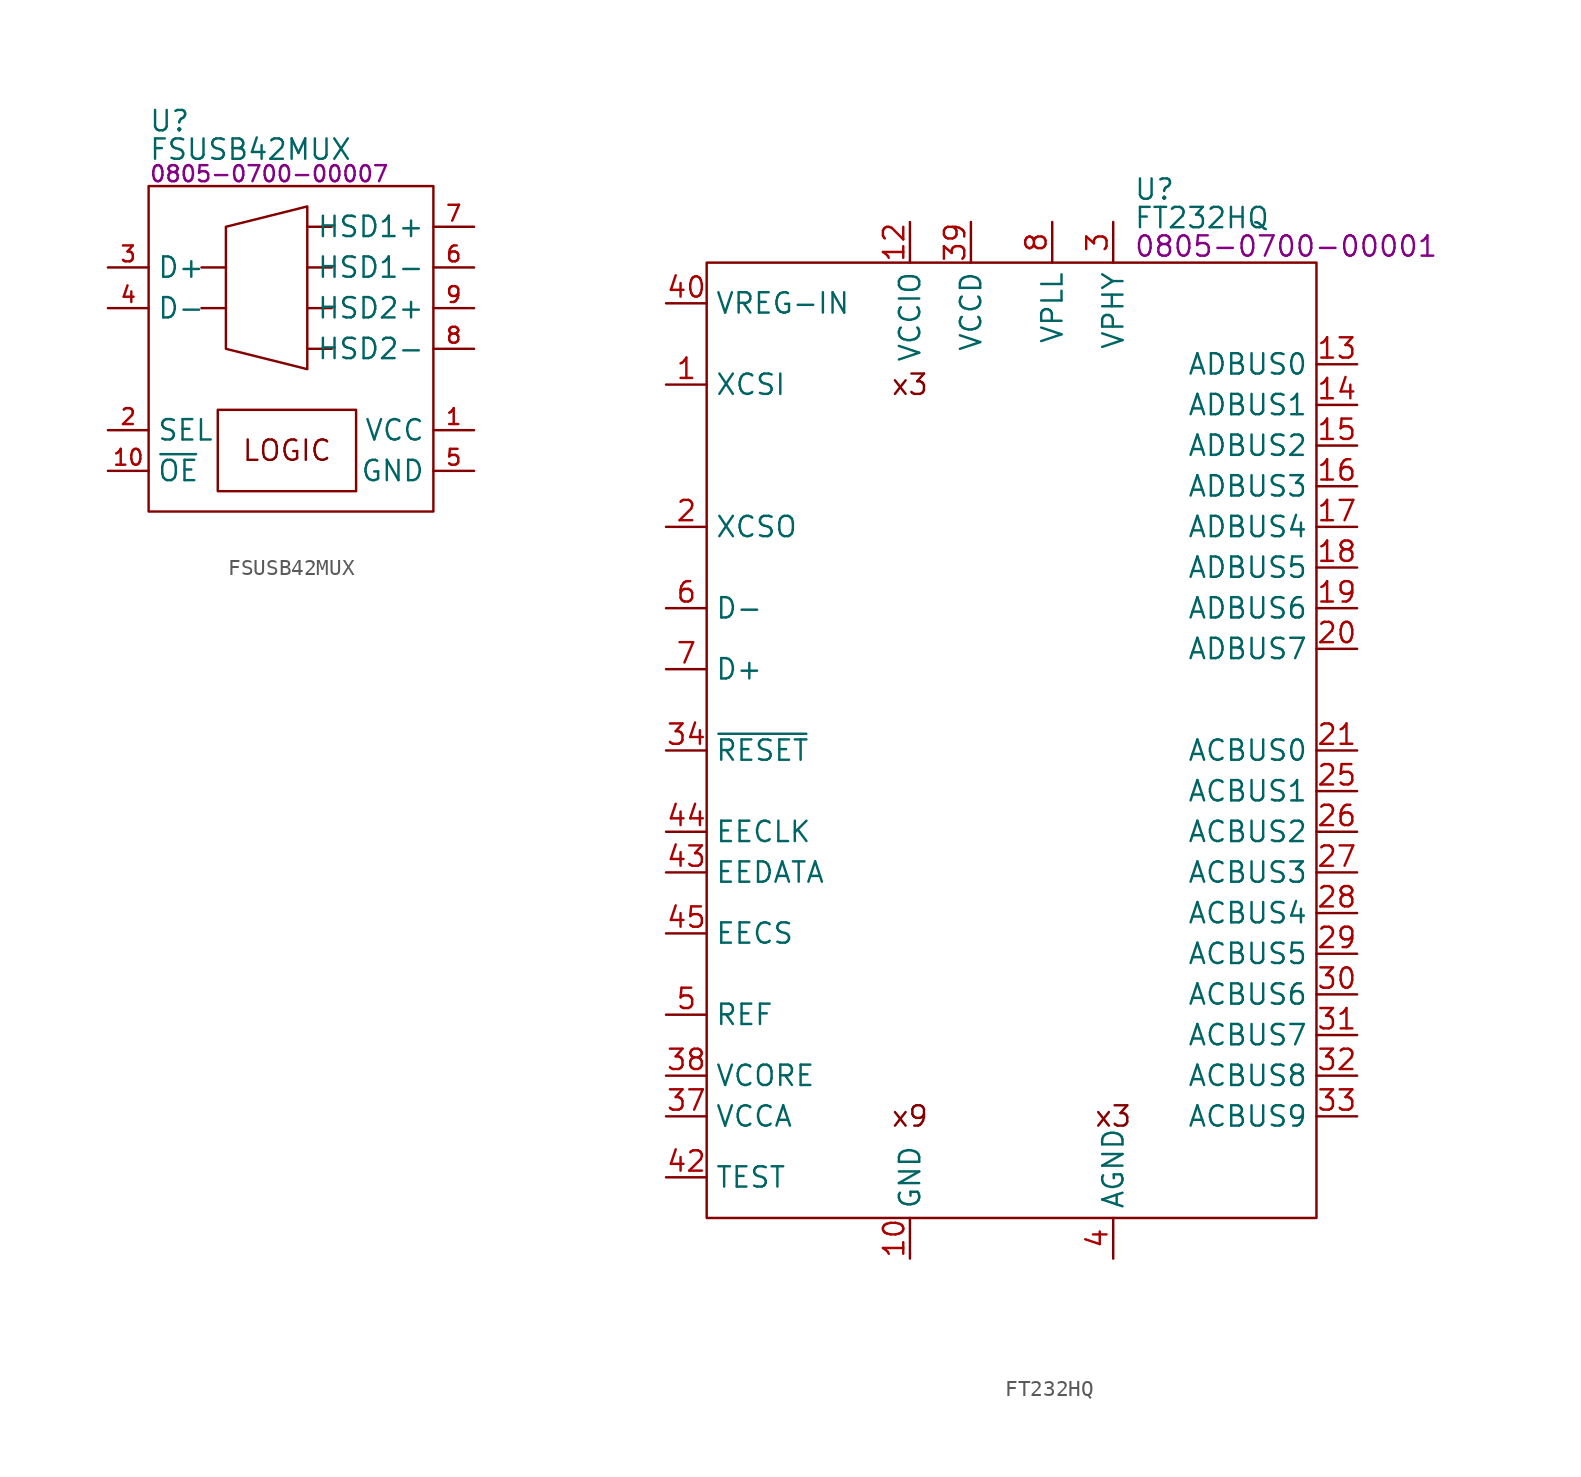
<source format=kicad_sym>
(kicad_symbol_lib
  (version 20231120)
  (generator "kicad_symbol_editor")
  (generator_version "8.0")
  (symbol "FSUSB42MUX"
    (property "Reference" "U"
      (at 0 4.064 0)
      (effects (font (size 1.27 1.27)) (justify left)))
    (property "Value" "FSUSB42MUX"
      (at 0 2.286 0)
      (effects (font (size 1.27 1.27)) (justify left)))
    (property "PartNumber" "0805-0700-00007"
      (at 0 0.762 0)
      (effects (font (size 1 1)) (justify left)))
    (symbol "FSUSB42MUX_0_0"
      (pin power_in line (at 20.32 -15.24 180) (length 2.54) (name "VCC" (effects (font (size 1.27 1.27)))) (number "1" (effects (font (size 0.991 0.991)))))
      (pin input line (at -2.54 -17.78 0) (length 2.54) (name "~{OE}" (effects (font (size 1.27 1.27)))) (number "10" (effects (font (size 0.991 0.991)))))
      (pin input line (at -2.54 -15.24 0) (length 2.54) (name "SEL" (effects (font (size 1.27 1.27)))) (number "2" (effects (font (size 0.991 0.991)))))
      (pin bidirectional line (at -2.54 -5.08 0) (length 2.54) (name "D+" (effects (font (size 1.27 1.27)))) (number "3" (effects (font (size 0.991 0.991)))))
      (pin bidirectional line (at -2.54 -7.62 0) (length 2.54) (name "D-" (effects (font (size 1.27 1.27)))) (number "4" (effects (font (size 0.991 0.991)))))
      (pin power_in line (at 20.32 -17.78 180) (length 2.54) (name "GND" (effects (font (size 1.27 1.27)))) (number "5" (effects (font (size 0.991 0.991)))))
      (pin bidirectional line (at 20.32 -5.08 180) (length 2.54) (name "HSD1-" (effects (font (size 1.27 1.27)))) (number "6" (effects (font (size 0.991 0.991)))))
      (pin bidirectional line (at 20.32 -2.54 180) (length 2.54) (name "HSD1+" (effects (font (size 1.27 1.27)))) (number "7" (effects (font (size 0.991 0.991)))))
      (pin bidirectional line (at 20.32 -10.16 180) (length 2.54) (name "HSD2-" (effects (font (size 1.27 1.27)))) (number "8" (effects (font (size 0.991 0.991)))))
      (pin bidirectional line (at 20.32 -7.62 180) (length 2.54) (name "HSD2+" (effects (font (size 1.27 1.27)))) (number "9" (effects (font (size 0.991 0.991))))))
    (symbol "FSUSB42MUX_0_1"
      (polyline (pts (xy 4.826 -7.62) (xy 3.302 -7.62)) (stroke (width 0) (type default)) (fill (type none)))
      (polyline (pts (xy 4.826 -5.08) (xy 3.302 -5.08)) (stroke (width 0) (type default)) (fill (type none)))
      (polyline (pts (xy 11.43 -10.16) (xy 9.906 -10.16)) (stroke (width 0) (type default)) (fill (type none)))
      (polyline (pts (xy 11.43 -7.62) (xy 9.906 -7.62)) (stroke (width 0) (type default)) (fill (type none)))
      (polyline (pts (xy 11.43 -5.08) (xy 9.906 -5.08)) (stroke (width 0) (type default)) (fill (type none)))
      (polyline (pts (xy 11.43 -2.54) (xy 9.906 -2.54)) (stroke (width 0) (type default)) (fill (type none)))
      (polyline (pts (xy 9.906 -1.27) (xy 9.906 -11.43) (xy 4.826 -10.16) (xy 4.826 -2.54) (xy 9.906 -1.27)) (stroke (width 0) (type default)) (fill (type none)))
      (rectangle (start 0 0) (end 17.78 -20.32) (stroke (width 0) (type default)) (fill (type none)))
      (rectangle (start 4.318 -13.97) (end 12.954 -19.05) (stroke (width 0) (type default)) (fill (type none))))
    (symbol "FSUSB42MUX_1_1"
      (text "LOGIC" (at 8.636 -16.51 0) (effects (font (size 1.27 1.27))))))
  (symbol "FT232HQ"
    (property "Reference" "U"
      (at 26.67 4.572 0)
      (effects (font (size 1.27 1.27)) (justify left)))
    (property "Value" "FT232HQ"
      (at 26.67 2.794 0)
      (effects (font (size 1.27 1.27)) (justify left)))
    (property "PartNumber" "0805-0700-00001"
      (at 26.67 1.016 0)
      (effects (font (size 1.27 1.27)) (justify left)))
    (symbol "FT232HQ_0_0"
      (pin input line (at -2.54 -7.62 0) (length 2.54) (name "XCSI" (effects (font (size 1.27 1.27)))) (number "1" (effects (font (size 1.27 1.27)))))
      (pin power_in line (at 12.7 -62.23 90) (length 2.54) (name "GND" (effects (font (size 1.27 1.27)))) (number "10" (effects (font (size 1.27 1.27)))))
      (pin power_in line (at 12.7 -62.23 90) (length 2.54) hide (name "GND" (effects (font (size 1.27 1.27)))) (number "11" (effects (font (size 1.27 1.27)))))
      (pin power_in line (at 12.7 2.54 270) (length 2.54) (name "VCCIO" (effects (font (size 1.27 1.27)))) (number "12" (effects (font (size 1.27 1.27)))))
      (pin bidirectional line (at 40.64 -6.35 180) (length 2.54) (name "ADBUS0" (effects (font (size 1.27 1.27)))) (number "13" (effects (font (size 1.27 1.27)))) (alternate "D0" bidirectional line) (alternate "FSDI" bidirectional line) (alternate "MIOSI0" bidirectional line) (alternate "TCK/SK" bidirectional line) (alternate "TXD" bidirectional line))
      (pin bidirectional line (at 40.64 -8.89 180) (length 2.54) (name "ADBUS1" (effects (font (size 1.27 1.27)))) (number "14" (effects (font (size 1.27 1.27)))) (alternate "D1" bidirectional line) (alternate "FSCLK" bidirectional line) (alternate "MIOSI1" bidirectional line) (alternate "RXD" bidirectional line) (alternate "TDI/DO" bidirectional line))
      (pin bidirectional line (at 40.64 -11.43 180) (length 2.54) (name "ADBUS2" (effects (font (size 1.27 1.27)))) (number "15" (effects (font (size 1.27 1.27)))) (alternate "D2" bidirectional line) (alternate "FSDO" bidirectional line) (alternate "MIOSI2" bidirectional line) (alternate "TDO/DI" bidirectional line) (alternate "~{RTS}" bidirectional line))
      (pin bidirectional line (at 40.64 -13.97 180) (length 2.54) (name "ADBUS3" (effects (font (size 1.27 1.27)))) (number "16" (effects (font (size 1.27 1.27)))) (alternate "D3" bidirectional line) (alternate "FSCTS" bidirectional line) (alternate "MIOSI3" bidirectional line) (alternate "TMS/CS" bidirectional line) (alternate "~{CTS}" bidirectional line))
      (pin bidirectional line (at 40.64 -16.51 180) (length 2.54) (name "ADBUS4" (effects (font (size 1.27 1.27)))) (number "17" (effects (font (size 1.27 1.27)))) (alternate "D4" bidirectional line) (alternate "GPIOL0" bidirectional line) (alternate "MIOSI4" bidirectional line) (alternate "~{DTR}" bidirectional line))
      (pin bidirectional line (at 40.64 -19.05 180) (length 2.54) (name "ADBUS5" (effects (font (size 1.27 1.27)))) (number "18" (effects (font (size 1.27 1.27)))) (alternate "D5" bidirectional line) (alternate "GPIOL1" bidirectional line) (alternate "MIOSI5" bidirectional line) (alternate "~{DSR}" bidirectional line))
      (pin bidirectional line (at 40.64 -21.59 180) (length 2.54) (name "ADBUS6" (effects (font (size 1.27 1.27)))) (number "19" (effects (font (size 1.27 1.27)))) (alternate "D6" bidirectional line) (alternate "GPIOL2" bidirectional line) (alternate "MIOSI6" bidirectional line) (alternate "~{DCD}" bidirectional line))
      (pin output line (at -2.54 -16.51 0) (length 2.54) (name "XCSO" (effects (font (size 1.27 1.27)))) (number "2" (effects (font (size 1.27 1.27)))))
      (pin bidirectional line (at 40.64 -24.13 180) (length 2.54) (name "ADBUS7" (effects (font (size 1.27 1.27)))) (number "20" (effects (font (size 1.27 1.27)))) (alternate "D7" bidirectional line) (alternate "GPIOL3" bidirectional line) (alternate "MIOSI7" bidirectional line) (alternate "~[RI}" bidirectional line))
      (pin bidirectional line (at 40.64 -30.48 180) (length 2.54) (name "ACBUS0" (effects (font (size 1.27 1.27)))) (number "21" (effects (font (size 1.27 1.27)))) (alternate "GPIOH0" bidirectional line) (alternate "SCLK" bidirectional line) (alternate "TXDEN" bidirectional line) (alternate "~{CS}" bidirectional line) (alternate "~{RXF}" bidirectional line))
      (pin power_in line (at 12.7 -62.23 90) (length 2.54) hide (name "GND" (effects (font (size 1.27 1.27)))) (number "22" (effects (font (size 1.27 1.27)))))
      (pin power_in line (at 12.7 -62.23 90) (length 2.54) hide (name "GND" (effects (font (size 1.27 1.27)))) (number "23" (effects (font (size 1.27 1.27)))))
      (pin power_in line (at 12.7 2.54 270) (length 2.54) hide (name "VCCIO" (effects (font (size 1.27 1.27)))) (number "24" (effects (font (size 1.27 1.27)))))
      (pin bidirectional line (at 40.64 -33.02 180) (length 2.54) (name "ACBUS1" (effects (font (size 1.27 1.27)))) (number "25" (effects (font (size 1.27 1.27)))) (alternate "A0" bidirectional line) (alternate "GPIOH1" bidirectional line) (alternate "~{SS}" bidirectional line) (alternate "~{TXE}" bidirectional line) (alternate "~{WRSTB}" bidirectional line))
      (pin bidirectional line (at 40.64 -35.56 180) (length 2.54) (name "ACBUS2" (effects (font (size 1.27 1.27)))) (number "26" (effects (font (size 1.27 1.27)))) (alternate "GPIOH2" bidirectional line) (alternate "MISO" bidirectional line) (alternate "~{RDSTB}" bidirectional line) (alternate "~{RD}" bidirectional line))
      (pin bidirectional line (at 40.64 -38.1 180) (length 2.54) (name "ACBUS3" (effects (font (size 1.27 1.27)))) (number "27" (effects (font (size 1.27 1.27)))) (alternate "GPIOH3" bidirectional line) (alternate "~{RXLED}" bidirectional line) (alternate "~{WR}" bidirectional line))
      (pin bidirectional line (at 40.64 -40.64 180) (length 2.54) (name "ACBUS4" (effects (font (size 1.27 1.27)))) (number "28" (effects (font (size 1.27 1.27)))) (alternate "GPIOH4" bidirectional line) (alternate "~{SIWU}" bidirectional line) (alternate "~{TXLED}" bidirectional line))
      (pin bidirectional line (at 40.64 -43.18 180) (length 2.54) (name "ACBUS5" (effects (font (size 1.27 1.27)))) (number "29" (effects (font (size 1.27 1.27)))) (alternate "CLKOUT" bidirectional line))
      (pin power_in line (at 25.4 2.54 270) (length 2.54) (name "VPHY" (effects (font (size 1.27 1.27)))) (number "3" (effects (font (size 1.27 1.27)))))
      (pin bidirectional line (at 40.64 -45.72 180) (length 2.54) (name "ACBUS6" (effects (font (size 1.27 1.27)))) (number "30" (effects (font (size 1.27 1.27)))) (alternate "GPIOH6" bidirectional line) (alternate "~{OE}" bidirectional line))
      (pin bidirectional line (at 40.64 -48.26 180) (length 2.54) (name "ACBUS7" (effects (font (size 1.27 1.27)))) (number "31" (effects (font (size 1.27 1.27)))) (alternate "GPIOH7" bidirectional line) (alternate "~{PWRSAV}" bidirectional line) (alternate "~{WRSAV}" bidirectional line))
      (pin bidirectional line (at 40.64 -50.8 180) (length 2.54) (name "ACBUS8" (effects (font (size 1.27 1.27)))) (number "32" (effects (font (size 1.27 1.27)))))
      (pin bidirectional line (at 40.64 -53.34 180) (length 2.54) (name "ACBUS9" (effects (font (size 1.27 1.27)))) (number "33" (effects (font (size 1.27 1.27)))))
      (pin input line (at -2.54 -30.48 0) (length 2.54) (name "~{RESET}" (effects (font (size 1.27 1.27)))) (number "34" (effects (font (size 1.27 1.27)))))
      (pin power_in line (at 12.7 -62.23 90) (length 2.54) hide (name "GND" (effects (font (size 1.27 1.27)))) (number "35" (effects (font (size 1.27 1.27)))))
      (pin power_in line (at 12.7 -62.23 90) (length 2.54) hide (name "GND" (effects (font (size 1.27 1.27)))) (number "36" (effects (font (size 1.27 1.27)))))
      (pin power_out line (at -2.54 -53.34 0) (length 2.54) (name "VCCA" (effects (font (size 1.27 1.27)))) (number "37" (effects (font (size 1.27 1.27)))))
      (pin power_out line (at -2.54 -50.8 0) (length 2.54) (name "VCORE" (effects (font (size 1.27 1.27)))) (number "38" (effects (font (size 1.27 1.27)))))
      (pin power_in line (at 16.51 2.54 270) (length 2.54) (name "VCCD" (effects (font (size 1.27 1.27)))) (number "39" (effects (font (size 1.27 1.27)))))
      (pin power_in line (at 25.4 -62.23 90) (length 2.54) (name "AGND" (effects (font (size 1.27 1.27)))) (number "4" (effects (font (size 1.27 1.27)))))
      (pin power_in line (at -2.54 -2.54 0) (length 2.54) (name "VREG-IN" (effects (font (size 1.27 1.27)))) (number "40" (effects (font (size 1.27 1.27)))))
      (pin power_in line (at 25.4 -62.23 90) (length 2.54) hide (name "AGND" (effects (font (size 1.27 1.27)))) (number "41" (effects (font (size 1.27 1.27)))))
      (pin input line (at -2.54 -57.15 0) (length 2.54) (name "TEST" (effects (font (size 1.27 1.27)))) (number "42" (effects (font (size 1.27 1.27)))))
      (pin bidirectional line (at -2.54 -38.1 0) (length 2.54) (name "EEDATA" (effects (font (size 1.27 1.27)))) (number "43" (effects (font (size 1.27 1.27)))))
      (pin output line (at -2.54 -35.56 0) (length 2.54) (name "EECLK" (effects (font (size 1.27 1.27)))) (number "44" (effects (font (size 1.27 1.27)))))
      (pin bidirectional line (at -2.54 -41.91 0) (length 2.54) (name "EECS" (effects (font (size 1.27 1.27)))) (number "45" (effects (font (size 1.27 1.27)))))
      (pin power_in line (at 12.7 2.54 270) (length 2.54) hide (name "VCCIO" (effects (font (size 1.27 1.27)))) (number "46" (effects (font (size 1.27 1.27)))))
      (pin power_in line (at 12.7 -62.23 90) (length 2.54) hide (name "GND" (effects (font (size 1.27 1.27)))) (number "47" (effects (font (size 1.27 1.27)))))
      (pin power_in line (at 12.7 -62.23 90) (length 2.54) hide (name "GND" (effects (font (size 1.27 1.27)))) (number "48" (effects (font (size 1.27 1.27)))))
      (pin power_in line (at 12.7 -62.23 90) (length 2.54) hide (name "GND" (effects (font (size 1.27 1.27)))) (number "49" (effects (font (size 1.27 1.27)))))
      (pin input line (at -2.54 -46.99 0) (length 2.54) (name "REF" (effects (font (size 1.27 1.27)))) (number "5" (effects (font (size 1.27 1.27)))))
      (pin bidirectional line (at -2.54 -21.59 0) (length 2.54) (name "D-" (effects (font (size 1.27 1.27)))) (number "6" (effects (font (size 1.27 1.27)))))
      (pin bidirectional line (at -2.54 -25.4 0) (length 2.54) (name "D+" (effects (font (size 1.27 1.27)))) (number "7" (effects (font (size 1.27 1.27)))))
      (pin power_in line (at 21.59 2.54 270) (length 2.54) (name "VPLL" (effects (font (size 1.27 1.27)))) (number "8" (effects (font (size 1.27 1.27)))))
      (pin power_in line (at 25.4 -62.23 90) (length 2.54) hide (name "AGND" (effects (font (size 1.27 1.27)))) (number "9" (effects (font (size 1.27 1.27))))))
    (symbol "FT232HQ_0_1"
      (rectangle (start 0 0) (end 38.1 -59.69) (stroke (width 0) (type default)) (fill (type none)))
      (text "x3" (at 12.7 -7.62 0) (effects (font (size 1.27 1.27))))
      (text "x3" (at 25.4 -53.34 0) (effects (font (size 1.27 1.27))))
      (text "x9" (at 12.7 -53.34 0) (effects (font (size 1.27 1.27)))))))
</source>
